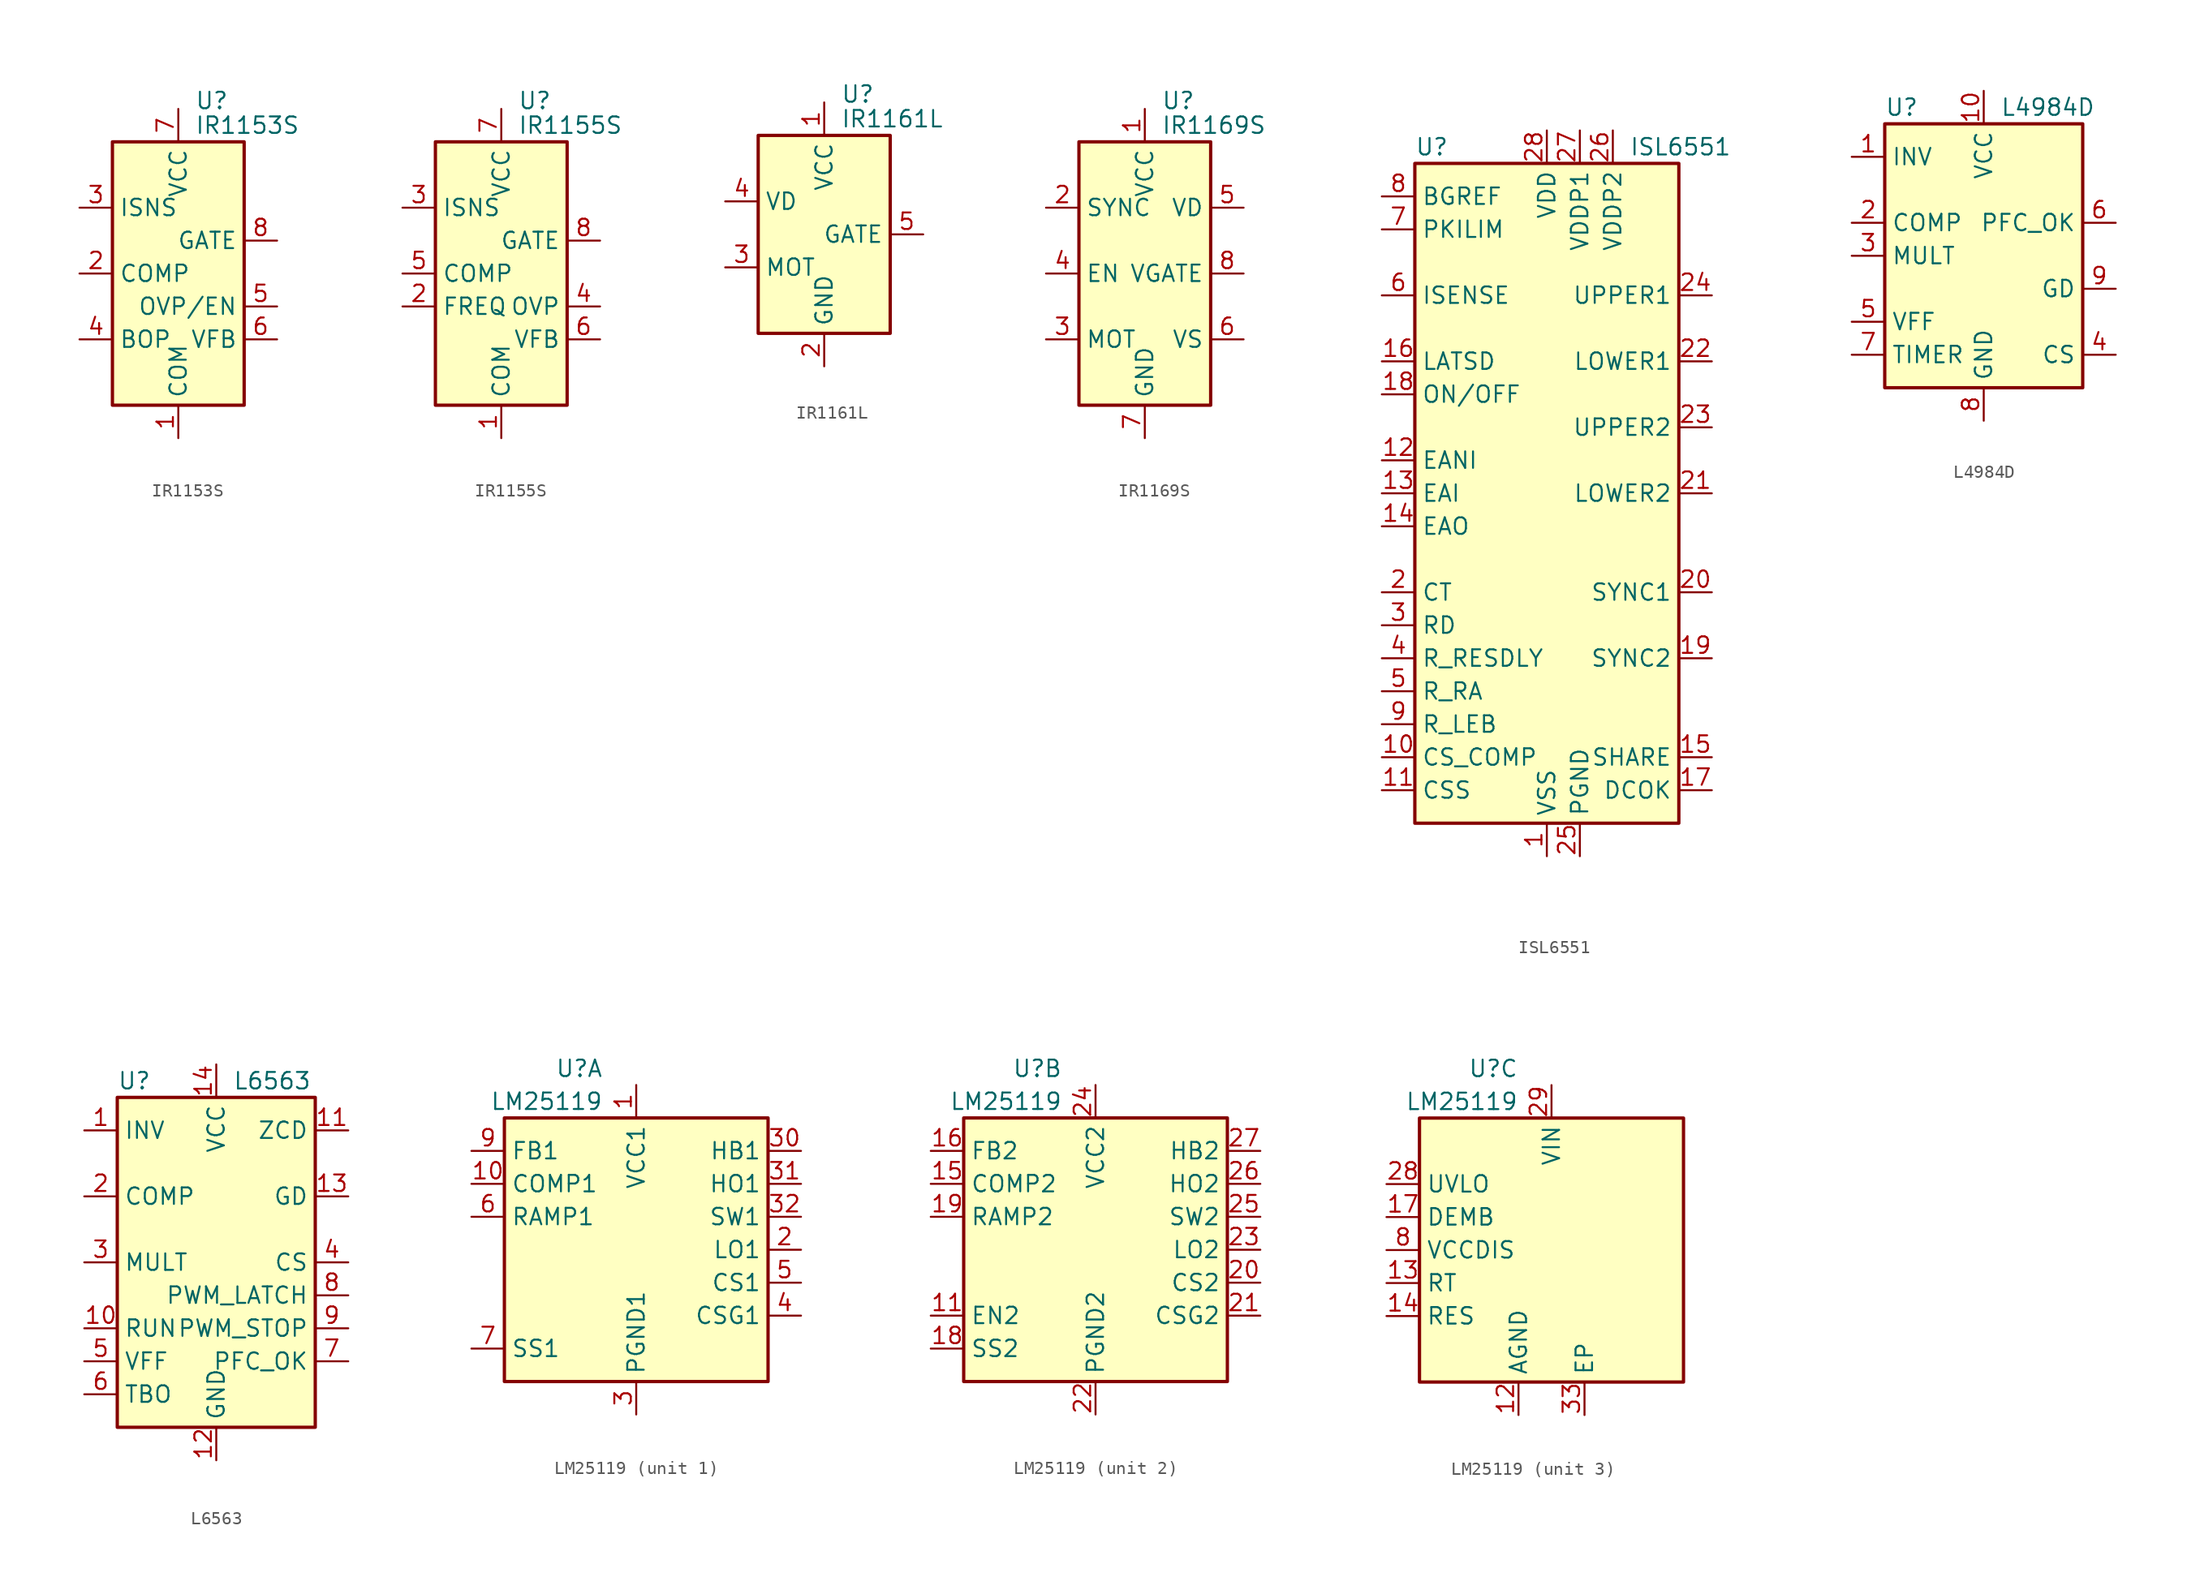
<source format=kicad_sym>
(kicad_symbol_lib
  (version 20220914)
  (generator kicad_symbol_editor)
  (symbol "IR1153S"
    (property "Reference" "U"
      (at 1.27 13.335 0)
      (effects (font (size 1.27 1.27)) (justify left)))
    (property "Value" "IR1153S"
      (at 1.27 11.43 0)
      (effects (font (size 1.27 1.27)) (justify left)))
    (symbol "IR1153S_0_1"
      (rectangle (start -5.08 -10.16) (end 5.08 10.16) (stroke (width 0.254) (type default)) (fill (type background))))
    (symbol "IR1153S_1_1"
      (pin power_in line (at 0 -12.7 90) (length 2.54) (name "COM" (effects (font (size 1.27 1.27)))) (number "1" (effects (font (size 1.27 1.27)))))
      (pin output line (at -7.62 0 0) (length 2.54) (name "COMP" (effects (font (size 1.27 1.27)))) (number "2" (effects (font (size 1.27 1.27)))))
      (pin passive line (at -7.62 5.08 0) (length 2.54) (name "ISNS" (effects (font (size 1.27 1.27)))) (number "3" (effects (font (size 1.27 1.27)))))
      (pin input line (at -7.62 -5.08 0) (length 2.54) (name "BOP" (effects (font (size 1.27 1.27)))) (number "4" (effects (font (size 1.27 1.27)))))
      (pin input line (at 7.62 -2.54 180) (length 2.54) (name "OVP/EN" (effects (font (size 1.27 1.27)))) (number "5" (effects (font (size 1.27 1.27)))))
      (pin input line (at 7.62 -5.08 180) (length 2.54) (name "VFB" (effects (font (size 1.27 1.27)))) (number "6" (effects (font (size 1.27 1.27)))))
      (pin power_in line (at 0 12.7 270) (length 2.54) (name "VCC" (effects (font (size 1.27 1.27)))) (number "7" (effects (font (size 1.27 1.27)))))
      (pin output line (at 7.62 2.54 180) (length 2.54) (name "GATE" (effects (font (size 1.27 1.27)))) (number "8" (effects (font (size 1.27 1.27)))))))
  (symbol "IR1155S"
    (property "Reference" "U"
      (at 1.27 13.335 0)
      (effects (font (size 1.27 1.27)) (justify left)))
    (property "Value" "IR1155S"
      (at 1.27 11.43 0)
      (effects (font (size 1.27 1.27)) (justify left)))
    (symbol "IR1155S_0_1"
      (rectangle (start -5.08 -10.16) (end 5.08 10.16) (stroke (width 0.254) (type default)) (fill (type background))))
    (symbol "IR1155S_1_1"
      (pin power_in line (at 0 -12.7 90) (length 2.54) (name "COM" (effects (font (size 1.27 1.27)))) (number "1" (effects (font (size 1.27 1.27)))))
      (pin passive line (at -7.62 -2.54 0) (length 2.54) (name "FREQ" (effects (font (size 1.27 1.27)))) (number "2" (effects (font (size 1.27 1.27)))))
      (pin passive line (at -7.62 5.08 0) (length 2.54) (name "ISNS" (effects (font (size 1.27 1.27)))) (number "3" (effects (font (size 1.27 1.27)))))
      (pin input line (at 7.62 -2.54 180) (length 2.54) (name "OVP" (effects (font (size 1.27 1.27)))) (number "4" (effects (font (size 1.27 1.27)))))
      (pin output line (at -7.62 0 0) (length 2.54) (name "COMP" (effects (font (size 1.27 1.27)))) (number "5" (effects (font (size 1.27 1.27)))))
      (pin input line (at 7.62 -5.08 180) (length 2.54) (name "VFB" (effects (font (size 1.27 1.27)))) (number "6" (effects (font (size 1.27 1.27)))))
      (pin power_in line (at 0 12.7 270) (length 2.54) (name "VCC" (effects (font (size 1.27 1.27)))) (number "7" (effects (font (size 1.27 1.27)))))
      (pin output line (at 7.62 2.54 180) (length 2.54) (name "GATE" (effects (font (size 1.27 1.27)))) (number "8" (effects (font (size 1.27 1.27)))))))
  (symbol "IR1161L"
    (property "Reference" "U"
      (at 1.27 10.795 0)
      (effects (font (size 1.27 1.27)) (justify left)))
    (property "Value" "IR1161L"
      (at 1.27 8.89 0)
      (effects (font (size 1.27 1.27)) (justify left)))
    (symbol "IR1161L_0_1"
      (rectangle (start -5.08 -7.62) (end 5.08 7.62) (stroke (width 0.254) (type default)) (fill (type background))))
    (symbol "IR1161L_1_1"
      (pin power_in line (at 0 10.16 270) (length 2.54) (name "VCC" (effects (font (size 1.27 1.27)))) (number "1" (effects (font (size 1.27 1.27)))))
      (pin power_in line (at 0 -10.16 90) (length 2.54) (name "GND" (effects (font (size 1.27 1.27)))) (number "2" (effects (font (size 1.27 1.27)))))
      (pin passive line (at -7.62 -2.54 0) (length 2.54) (name "MOT" (effects (font (size 1.27 1.27)))) (number "3" (effects (font (size 1.27 1.27)))))
      (pin input line (at -7.62 2.54 0) (length 2.54) (name "VD" (effects (font (size 1.27 1.27)))) (number "4" (effects (font (size 1.27 1.27)))))
      (pin output line (at 7.62 0 180) (length 2.54) (name "GATE" (effects (font (size 1.27 1.27)))) (number "5" (effects (font (size 1.27 1.27)))))))
  (symbol "IR1169S"
    (property "Reference" "U"
      (at 1.27 13.335 0)
      (effects (font (size 1.27 1.27)) (justify left)))
    (property "Value" "IR1169S"
      (at 1.27 11.43 0)
      (effects (font (size 1.27 1.27)) (justify left)))
    (symbol "IR1169S_0_1"
      (rectangle (start -5.08 -10.16) (end 5.08 10.16) (stroke (width 0.254) (type default)) (fill (type background))))
    (symbol "IR1169S_1_1"
      (pin power_in line (at 0 12.7 270) (length 2.54) (name "VCC" (effects (font (size 1.27 1.27)))) (number "1" (effects (font (size 1.27 1.27)))))
      (pin input line (at -7.62 5.08 0) (length 2.54) (name "SYNC" (effects (font (size 1.27 1.27)))) (number "2" (effects (font (size 1.27 1.27)))))
      (pin passive line (at -7.62 -5.08 0) (length 2.54) (name "MOT" (effects (font (size 1.27 1.27)))) (number "3" (effects (font (size 1.27 1.27)))))
      (pin input line (at -7.62 0 0) (length 2.54) (name "EN" (effects (font (size 1.27 1.27)))) (number "4" (effects (font (size 1.27 1.27)))))
      (pin input line (at 7.62 5.08 180) (length 2.54) (name "VD" (effects (font (size 1.27 1.27)))) (number "5" (effects (font (size 1.27 1.27)))))
      (pin input line (at 7.62 -5.08 180) (length 2.54) (name "VS" (effects (font (size 1.27 1.27)))) (number "6" (effects (font (size 1.27 1.27)))))
      (pin power_in line (at 0 -12.7 90) (length 2.54) (name "GND" (effects (font (size 1.27 1.27)))) (number "7" (effects (font (size 1.27 1.27)))))
      (pin output line (at 7.62 0 180) (length 2.54) (name "VGATE" (effects (font (size 1.27 1.27)))) (number "8" (effects (font (size 1.27 1.27)))))))
  (symbol "ISL6551"
    (property "Reference" "U"
      (at -10.16 26.67 0)
      (effects (font (size 1.27 1.27)) (justify left)))
    (property "Value" "ISL6551"
      (at 6.35 26.67 0)
      (effects (font (size 1.27 1.27)) (justify left)))
    (symbol "ISL6551_0_0"
      (rectangle (start -10.16 25.4) (end 10.16 -25.4) (stroke (width 0.254) (type default)) (fill (type background))))
    (symbol "ISL6551_1_1"
      (pin power_in line (at 0 -27.94 90) (length 2.54) (name "VSS" (effects (font (size 1.27 1.27)))) (number "1" (effects (font (size 1.27 1.27)))))
      (pin passive line (at -12.7 -20.32 0) (length 2.54) (name "CS_COMP" (effects (font (size 1.27 1.27)))) (number "10" (effects (font (size 1.27 1.27)))))
      (pin passive line (at -12.7 -22.86 0) (length 2.54) (name "CSS" (effects (font (size 1.27 1.27)))) (number "11" (effects (font (size 1.27 1.27)))))
      (pin input line (at -12.7 2.54 0) (length 2.54) (name "EANI" (effects (font (size 1.27 1.27)))) (number "12" (effects (font (size 1.27 1.27)))))
      (pin input line (at -12.7 0 0) (length 2.54) (name "EAI" (effects (font (size 1.27 1.27)))) (number "13" (effects (font (size 1.27 1.27)))))
      (pin output line (at -12.7 -2.54 0) (length 2.54) (name "EAO" (effects (font (size 1.27 1.27)))) (number "14" (effects (font (size 1.27 1.27)))))
      (pin input line (at 12.7 -20.32 180) (length 2.54) (name "SHARE" (effects (font (size 1.27 1.27)))) (number "15" (effects (font (size 1.27 1.27)))))
      (pin input line (at -12.7 10.16 0) (length 2.54) (name "LATSD" (effects (font (size 1.27 1.27)))) (number "16" (effects (font (size 1.27 1.27)))))
      (pin output line (at 12.7 -22.86 180) (length 2.54) (name "DCOK" (effects (font (size 1.27 1.27)))) (number "17" (effects (font (size 1.27 1.27)))))
      (pin input line (at -12.7 7.62 0) (length 2.54) (name "ON/OFF" (effects (font (size 1.27 1.27)))) (number "18" (effects (font (size 1.27 1.27)))))
      (pin output line (at 12.7 -12.7 180) (length 2.54) (name "SYNC2" (effects (font (size 1.27 1.27)))) (number "19" (effects (font (size 1.27 1.27)))))
      (pin passive line (at -12.7 -7.62 0) (length 2.54) (name "CT" (effects (font (size 1.27 1.27)))) (number "2" (effects (font (size 1.27 1.27)))))
      (pin output line (at 12.7 -7.62 180) (length 2.54) (name "SYNC1" (effects (font (size 1.27 1.27)))) (number "20" (effects (font (size 1.27 1.27)))))
      (pin output line (at 12.7 0 180) (length 2.54) (name "LOWER2" (effects (font (size 1.27 1.27)))) (number "21" (effects (font (size 1.27 1.27)))))
      (pin output line (at 12.7 10.16 180) (length 2.54) (name "LOWER1" (effects (font (size 1.27 1.27)))) (number "22" (effects (font (size 1.27 1.27)))))
      (pin output line (at 12.7 5.08 180) (length 2.54) (name "UPPER2" (effects (font (size 1.27 1.27)))) (number "23" (effects (font (size 1.27 1.27)))))
      (pin output line (at 12.7 15.24 180) (length 2.54) (name "UPPER1" (effects (font (size 1.27 1.27)))) (number "24" (effects (font (size 1.27 1.27)))))
      (pin power_in line (at 2.54 -27.94 90) (length 2.54) (name "PGND" (effects (font (size 1.27 1.27)))) (number "25" (effects (font (size 1.27 1.27)))))
      (pin power_in line (at 5.08 27.94 270) (length 2.54) (name "VDDP2" (effects (font (size 1.27 1.27)))) (number "26" (effects (font (size 1.27 1.27)))))
      (pin power_in line (at 2.54 27.94 270) (length 2.54) (name "VDDP1" (effects (font (size 1.27 1.27)))) (number "27" (effects (font (size 1.27 1.27)))))
      (pin power_in line (at 0 27.94 270) (length 2.54) (name "VDD" (effects (font (size 1.27 1.27)))) (number "28" (effects (font (size 1.27 1.27)))))
      (pin passive line (at -12.7 -10.16 0) (length 2.54) (name "RD" (effects (font (size 1.27 1.27)))) (number "3" (effects (font (size 1.27 1.27)))))
      (pin passive line (at -12.7 -12.7 0) (length 2.54) (name "R_RESDLY" (effects (font (size 1.27 1.27)))) (number "4" (effects (font (size 1.27 1.27)))))
      (pin passive line (at -12.7 -15.24 0) (length 2.54) (name "R_RA" (effects (font (size 1.27 1.27)))) (number "5" (effects (font (size 1.27 1.27)))))
      (pin input line (at -12.7 15.24 0) (length 2.54) (name "ISENSE" (effects (font (size 1.27 1.27)))) (number "6" (effects (font (size 1.27 1.27)))))
      (pin input line (at -12.7 20.32 0) (length 2.54) (name "PKILIM" (effects (font (size 1.27 1.27)))) (number "7" (effects (font (size 1.27 1.27)))))
      (pin output line (at -12.7 22.86 0) (length 2.54) (name "BGREF" (effects (font (size 1.27 1.27)))) (number "8" (effects (font (size 1.27 1.27)))))
      (pin passive line (at -12.7 -17.78 0) (length 2.54) (name "R_LEB" (effects (font (size 1.27 1.27)))) (number "9" (effects (font (size 1.27 1.27)))))))
  (symbol "L4984D"
    (property "Reference" "U"
      (at -7.62 11.43 0)
      (effects (font (size 1.27 1.27)) (justify left)))
    (property "Value" "L4984D"
      (at 1.27 11.43 0)
      (effects (font (size 1.27 1.27)) (justify left)))
    (symbol "L4984D_0_0"
      (rectangle (start -7.62 10.16) (end 7.62 -10.16) (stroke (width 0.254) (type default)) (fill (type background))))
    (symbol "L4984D_1_1"
      (pin input line (at -10.16 7.62 0) (length 2.54) (name "INV" (effects (font (size 1.27 1.27)))) (number "1" (effects (font (size 1.27 1.27)))))
      (pin power_in line (at 0 12.7 270) (length 2.54) (name "VCC" (effects (font (size 1.27 1.27)))) (number "10" (effects (font (size 1.27 1.27)))))
      (pin output line (at -10.16 2.54 0) (length 2.54) (name "COMP" (effects (font (size 1.27 1.27)))) (number "2" (effects (font (size 1.27 1.27)))))
      (pin input line (at -10.16 0 0) (length 2.54) (name "MULT" (effects (font (size 1.27 1.27)))) (number "3" (effects (font (size 1.27 1.27)))))
      (pin input line (at 10.16 -7.62 180) (length 2.54) (name "CS" (effects (font (size 1.27 1.27)))) (number "4" (effects (font (size 1.27 1.27)))))
      (pin passive line (at -10.16 -5.08 0) (length 2.54) (name "VFF" (effects (font (size 1.27 1.27)))) (number "5" (effects (font (size 1.27 1.27)))))
      (pin input line (at 10.16 2.54 180) (length 2.54) (name "PFC_OK" (effects (font (size 1.27 1.27)))) (number "6" (effects (font (size 1.27 1.27)))))
      (pin passive line (at -10.16 -7.62 0) (length 2.54) (name "TIMER" (effects (font (size 1.27 1.27)))) (number "7" (effects (font (size 1.27 1.27)))))
      (pin power_in line (at 0 -12.7 90) (length 2.54) (name "GND" (effects (font (size 1.27 1.27)))) (number "8" (effects (font (size 1.27 1.27)))))
      (pin output line (at 10.16 -2.54 180) (length 2.54) (name "GD" (effects (font (size 1.27 1.27)))) (number "9" (effects (font (size 1.27 1.27)))))))
  (symbol "L6563"
    (property "Reference" "U"
      (at -7.62 13.97 0)
      (effects (font (size 1.27 1.27)) (justify left)))
    (property "Value" "L6563"
      (at 1.27 13.97 0)
      (effects (font (size 1.27 1.27)) (justify left)))
    (symbol "L6563_0_0"
      (rectangle (start -7.62 12.7) (end 7.62 -12.7) (stroke (width 0.254) (type default)) (fill (type background))))
    (symbol "L6563_1_1"
      (pin input line (at -10.16 10.16 0) (length 2.54) (name "INV" (effects (font (size 1.27 1.27)))) (number "1" (effects (font (size 1.27 1.27)))))
      (pin input line (at -10.16 -5.08 0) (length 2.54) (name "RUN" (effects (font (size 1.27 1.27)))) (number "10" (effects (font (size 1.27 1.27)))))
      (pin input line (at 10.16 10.16 180) (length 2.54) (name "ZCD" (effects (font (size 1.27 1.27)))) (number "11" (effects (font (size 1.27 1.27)))))
      (pin power_in line (at 0 -15.24 90) (length 2.54) (name "GND" (effects (font (size 1.27 1.27)))) (number "12" (effects (font (size 1.27 1.27)))))
      (pin output line (at 10.16 5.08 180) (length 2.54) (name "GD" (effects (font (size 1.27 1.27)))) (number "13" (effects (font (size 1.27 1.27)))))
      (pin power_in line (at 0 15.24 270) (length 2.54) (name "VCC" (effects (font (size 1.27 1.27)))) (number "14" (effects (font (size 1.27 1.27)))))
      (pin output line (at -10.16 5.08 0) (length 2.54) (name "COMP" (effects (font (size 1.27 1.27)))) (number "2" (effects (font (size 1.27 1.27)))))
      (pin input line (at -10.16 0 0) (length 2.54) (name "MULT" (effects (font (size 1.27 1.27)))) (number "3" (effects (font (size 1.27 1.27)))))
      (pin input line (at 10.16 0 180) (length 2.54) (name "CS" (effects (font (size 1.27 1.27)))) (number "4" (effects (font (size 1.27 1.27)))))
      (pin passive line (at -10.16 -7.62 0) (length 2.54) (name "VFF" (effects (font (size 1.27 1.27)))) (number "5" (effects (font (size 1.27 1.27)))))
      (pin passive line (at -10.16 -10.16 0) (length 2.54) (name "TBO" (effects (font (size 1.27 1.27)))) (number "6" (effects (font (size 1.27 1.27)))))
      (pin input line (at 10.16 -7.62 180) (length 2.54) (name "PFC_OK" (effects (font (size 1.27 1.27)))) (number "7" (effects (font (size 1.27 1.27)))))
      (pin output line (at 10.16 -2.54 180) (length 2.54) (name "PWM_LATCH" (effects (font (size 1.27 1.27)))) (number "8" (effects (font (size 1.27 1.27)))))
      (pin output line (at 10.16 -5.08 180) (length 2.54) (name "PWM_STOP" (effects (font (size 1.27 1.27)))) (number "9" (effects (font (size 1.27 1.27)))))))
  (symbol "LM25119"
    (property "Reference" "U"
      (at -2.54 13.97 0)
      (effects (font (size 1.27 1.27)) (justify right)))
    (property "Value" "LM25119"
      (at -2.54 11.43 0)
      (effects (font (size 1.27 1.27)) (justify right)))
    (property "ki_locked" ""
      (at 0 0 0)
      (effects (font (size 1.27 1.27))))
    (symbol "LM25119_0_1"
      (rectangle (start -10.16 10.16) (end 10.16 -10.16) (stroke (width 0.254) (type default)) (fill (type background))))
    (symbol "LM25119_1_1"
      (pin power_in line (at 0 12.7 270) (length 2.54) (name "VCC1" (effects (font (size 1.27 1.27)))) (number "1" (effects (font (size 1.27 1.27)))))
      (pin output line (at -12.7 5.08 0) (length 2.54) (name "COMP1" (effects (font (size 1.27 1.27)))) (number "10" (effects (font (size 1.27 1.27)))))
      (pin output line (at 12.7 0 180) (length 2.54) (name "LO1" (effects (font (size 1.27 1.27)))) (number "2" (effects (font (size 1.27 1.27)))))
      (pin power_in line (at 0 -12.7 90) (length 2.54) (name "PGND1" (effects (font (size 1.27 1.27)))) (number "3" (effects (font (size 1.27 1.27)))))
      (pin power_in line (at 12.7 7.62 180) (length 2.54) (name "HB1" (effects (font (size 1.27 1.27)))) (number "30" (effects (font (size 1.27 1.27)))))
      (pin output line (at 12.7 5.08 180) (length 2.54) (name "HO1" (effects (font (size 1.27 1.27)))) (number "31" (effects (font (size 1.27 1.27)))))
      (pin bidirectional line (at 12.7 2.54 180) (length 2.54) (name "SW1" (effects (font (size 1.27 1.27)))) (number "32" (effects (font (size 1.27 1.27)))))
      (pin input line (at 12.7 -5.08 180) (length 2.54) (name "CSG1" (effects (font (size 1.27 1.27)))) (number "4" (effects (font (size 1.27 1.27)))))
      (pin input line (at 12.7 -2.54 180) (length 2.54) (name "CS1" (effects (font (size 1.27 1.27)))) (number "5" (effects (font (size 1.27 1.27)))))
      (pin input line (at -12.7 2.54 0) (length 2.54) (name "RAMP1" (effects (font (size 1.27 1.27)))) (number "6" (effects (font (size 1.27 1.27)))))
      (pin input line (at -12.7 -7.62 0) (length 2.54) (name "SS1" (effects (font (size 1.27 1.27)))) (number "7" (effects (font (size 1.27 1.27)))))
      (pin input line (at -12.7 7.62 0) (length 2.54) (name "FB1" (effects (font (size 1.27 1.27)))) (number "9" (effects (font (size 1.27 1.27))))))
    (symbol "LM25119_2_1"
      (pin input line (at -12.7 -5.08 0) (length 2.54) (name "EN2" (effects (font (size 1.27 1.27)))) (number "11" (effects (font (size 1.27 1.27)))))
      (pin output line (at -12.7 5.08 0) (length 2.54) (name "COMP2" (effects (font (size 1.27 1.27)))) (number "15" (effects (font (size 1.27 1.27)))))
      (pin input line (at -12.7 7.62 0) (length 2.54) (name "FB2" (effects (font (size 1.27 1.27)))) (number "16" (effects (font (size 1.27 1.27)))))
      (pin input line (at -12.7 -7.62 0) (length 2.54) (name "SS2" (effects (font (size 1.27 1.27)))) (number "18" (effects (font (size 1.27 1.27)))))
      (pin input line (at -12.7 2.54 0) (length 2.54) (name "RAMP2" (effects (font (size 1.27 1.27)))) (number "19" (effects (font (size 1.27 1.27)))))
      (pin input line (at 12.7 -2.54 180) (length 2.54) (name "CS2" (effects (font (size 1.27 1.27)))) (number "20" (effects (font (size 1.27 1.27)))))
      (pin input line (at 12.7 -5.08 180) (length 2.54) (name "CSG2" (effects (font (size 1.27 1.27)))) (number "21" (effects (font (size 1.27 1.27)))))
      (pin power_in line (at 0 -12.7 90) (length 2.54) (name "PGND2" (effects (font (size 1.27 1.27)))) (number "22" (effects (font (size 1.27 1.27)))))
      (pin output line (at 12.7 0 180) (length 2.54) (name "LO2" (effects (font (size 1.27 1.27)))) (number "23" (effects (font (size 1.27 1.27)))))
      (pin power_in line (at 0 12.7 270) (length 2.54) (name "VCC2" (effects (font (size 1.27 1.27)))) (number "24" (effects (font (size 1.27 1.27)))))
      (pin bidirectional line (at 12.7 2.54 180) (length 2.54) (name "SW2" (effects (font (size 1.27 1.27)))) (number "25" (effects (font (size 1.27 1.27)))))
      (pin output line (at 12.7 5.08 180) (length 2.54) (name "HO2" (effects (font (size 1.27 1.27)))) (number "26" (effects (font (size 1.27 1.27)))))
      (pin power_in line (at 12.7 7.62 180) (length 2.54) (name "HB2" (effects (font (size 1.27 1.27)))) (number "27" (effects (font (size 1.27 1.27))))))
    (symbol "LM25119_3_1"
      (pin power_in line (at -2.54 -12.7 90) (length 2.54) (name "AGND" (effects (font (size 1.27 1.27)))) (number "12" (effects (font (size 1.27 1.27)))))
      (pin input line (at -12.7 -2.54 0) (length 2.54) (name "RT" (effects (font (size 1.27 1.27)))) (number "13" (effects (font (size 1.27 1.27)))))
      (pin output line (at -12.7 -5.08 0) (length 2.54) (name "RES" (effects (font (size 1.27 1.27)))) (number "14" (effects (font (size 1.27 1.27)))))
      (pin input line (at -12.7 2.54 0) (length 2.54) (name "DEMB" (effects (font (size 1.27 1.27)))) (number "17" (effects (font (size 1.27 1.27)))))
      (pin input line (at -12.7 5.08 0) (length 2.54) (name "UVLO" (effects (font (size 1.27 1.27)))) (number "28" (effects (font (size 1.27 1.27)))))
      (pin power_in line (at 0 12.7 270) (length 2.54) (name "VIN" (effects (font (size 1.27 1.27)))) (number "29" (effects (font (size 1.27 1.27)))))
      (pin unspecified line (at 2.54 -12.7 90) (length 2.54) (name "EP" (effects (font (size 1.27 1.27)))) (number "33" (effects (font (size 1.27 1.27)))))
      (pin input line (at -12.7 0 0) (length 2.54) (name "VCCDIS" (effects (font (size 1.27 1.27)))) (number "8" (effects (font (size 1.27 1.27))))))))
</source>
